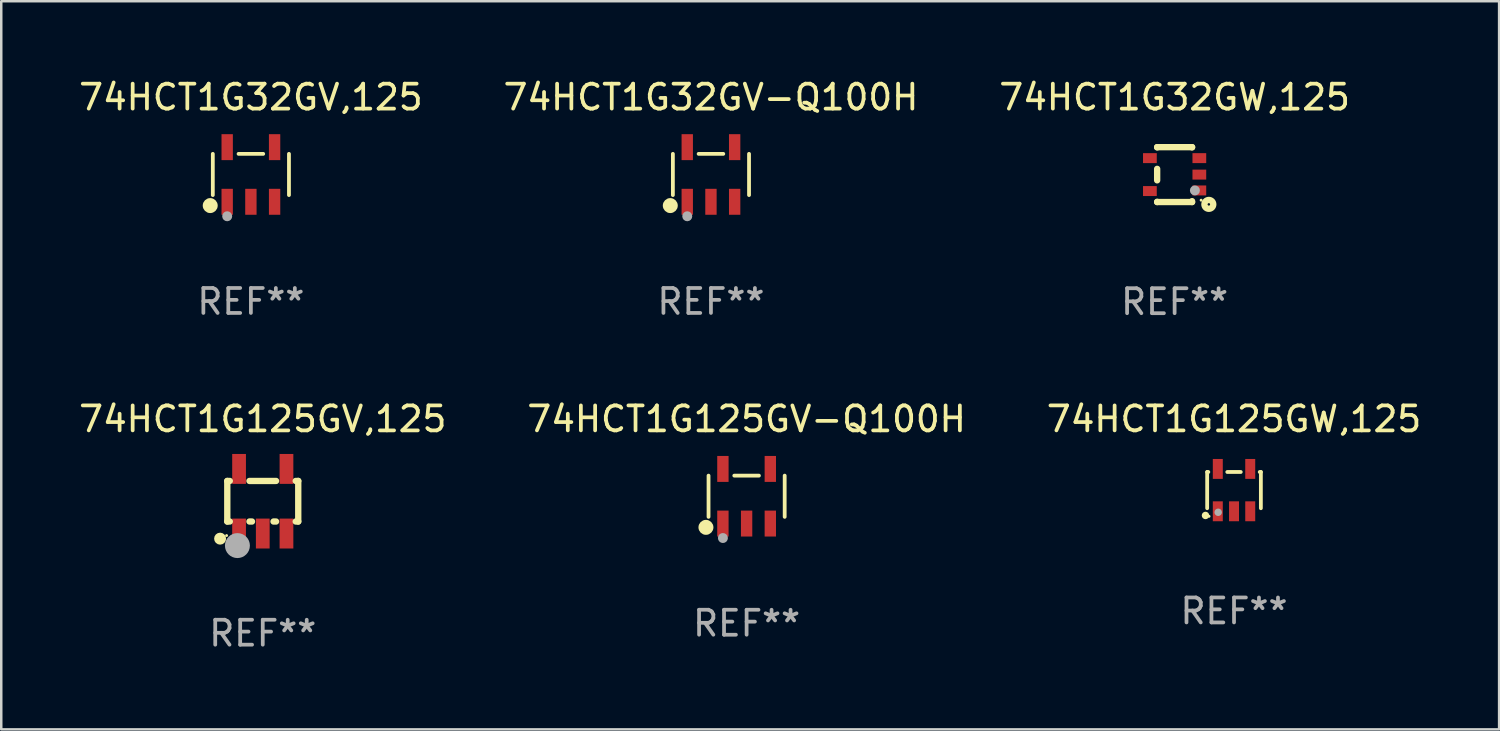
<source format=kicad_pcb>
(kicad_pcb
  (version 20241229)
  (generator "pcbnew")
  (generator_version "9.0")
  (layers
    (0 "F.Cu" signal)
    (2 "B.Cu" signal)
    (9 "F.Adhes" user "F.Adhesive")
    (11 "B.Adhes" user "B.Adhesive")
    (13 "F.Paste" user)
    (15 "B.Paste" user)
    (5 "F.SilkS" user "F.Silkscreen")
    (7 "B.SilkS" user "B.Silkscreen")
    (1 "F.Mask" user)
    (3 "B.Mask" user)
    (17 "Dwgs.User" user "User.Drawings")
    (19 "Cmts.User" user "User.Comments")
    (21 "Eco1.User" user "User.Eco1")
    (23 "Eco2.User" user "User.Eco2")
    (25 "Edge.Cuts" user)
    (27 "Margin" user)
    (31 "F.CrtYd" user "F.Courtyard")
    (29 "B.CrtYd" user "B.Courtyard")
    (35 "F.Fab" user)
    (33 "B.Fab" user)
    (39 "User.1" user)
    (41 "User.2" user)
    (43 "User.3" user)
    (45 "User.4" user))
  (footprint "74HCT1G125GW,125"
    (layer "F.Cu")
    (at 46.411 16.594)
    (property "Reference" "74HCT1G125GW,125" (at 0 -2.849 0) (layer "F.SilkS") (effects (font (size 1 1) (thickness 0.15))))
    (attr through_hole)
    (fp_line (start -1.076 -0.726) (end -1.03 -0.726) (stroke (width 0.152) (type solid)) (layer "F.SilkS"))
    (fp_line (start -1.076 0.726) (end -1.076 -0.726) (stroke (width 0.152) (type solid)) (layer "F.SilkS"))
    (fp_line (start -0.27 -0.726) (end 0.27 -0.726) (stroke (width 0.152) (type solid)) (layer "F.SilkS"))
    (fp_line (start 1.03 -0.726) (end 1.076 -0.726) (stroke (width 0.152) (type solid)) (layer "F.SilkS"))
    (fp_line (start 1.076 0.726) (end 1.076 -0.726) (stroke (width 0.152) (type solid)) (layer "F.SilkS"))
    (fp_circle (center -1.143 1.016) (end -1.068 1.016) (stroke (width 0.15) (type solid)) (fill no) (layer "F.SilkS"))
    (fp_circle (center -1 1.05) (end -0.97 1.05) (stroke (width 0.06) (type solid)) (fill no) (layer "F.SilkS"))
    (fp_circle (center -0.635 0.889) (end -0.56 0.889) (stroke (width 0.15) (type solid)) (fill no) (layer "F.Fab"))
    (fp_text user "REF**" (at 0 4.849 0) (layer "F.Fab") (effects (font (size 1 1) (thickness 0.15))))
    (pad "1" smd rect (at -0.65 0.849) (size 0.4 0.798) (layers "F.Cu" "F.Mask" "F.Paste"))
    (pad "2" smd rect (at 0 0.849) (size 0.4 0.798) (layers "F.Cu" "F.Mask" "F.Paste"))
    (pad "3" smd rect (at 0.65 0.849) (size 0.4 0.798) (layers "F.Cu" "F.Mask" "F.Paste"))
    (pad "4" smd rect (at 0.65 -0.849) (size 0.4 0.798) (layers "F.Cu" "F.Mask" "F.Paste"))
    (pad "5" smd rect (at -0.65 -0.849) (size 0.4 0.798) (layers "F.Cu" "F.Mask" "F.Paste")))
  (footprint "74HCT1G125GV,125"
    (layer "F.Cu")
    (at 7.482 17.04)
    (property "Reference" "74HCT1G125GV,125" (at 0 -3.295 0) (layer "F.SilkS") (effects (font (size 1 1) (thickness 0.15))))
    (attr through_hole)
    (fp_line (start -1.422 -0.813) (end -1.321 -0.813) (stroke (width 0.254) (type solid)) (layer "F.SilkS"))
    (fp_line (start -1.422 0.813) (end -1.422 -0.813) (stroke (width 0.254) (type solid)) (layer "F.SilkS"))
    (fp_line (start -1.321 0.813) (end -1.422 0.813) (stroke (width 0.254) (type solid)) (layer "F.SilkS"))
    (fp_line (start -0.533 -0.813) (end 0.533 -0.813) (stroke (width 0.254) (type solid)) (layer "F.SilkS"))
    (fp_line (start -0.432 0.813) (end -0.533 0.813) (stroke (width 0.254) (type solid)) (layer "F.SilkS"))
    (fp_line (start 0.533 0.813) (end 0.432 0.813) (stroke (width 0.254) (type solid)) (layer "F.SilkS"))
    (fp_line (start 1.321 -0.813) (end 1.422 -0.813) (stroke (width 0.254) (type solid)) (layer "F.SilkS"))
    (fp_line (start 1.422 -0.813) (end 1.422 0.813) (stroke (width 0.254) (type solid)) (layer "F.SilkS"))
    (fp_line (start 1.422 0.813) (end 1.321 0.813) (stroke (width 0.254) (type solid)) (layer "F.SilkS"))
    (fp_circle (center -1.71 1.5) (end -1.59 1.5) (stroke (width 0.24) (type solid)) (fill no) (layer "F.SilkS"))
    (fp_circle (center -1.45 1.375) (end -1.42 1.375) (stroke (width 0.06) (type solid)) (fill no) (layer "F.SilkS"))
    (fp_circle (center -1.016 1.778) (end -0.766 1.778) (stroke (width 0.5) (type solid)) (fill no) (layer "F.Fab"))
    (fp_text user "REF**" (at 0 5.295 0) (layer "F.Fab") (effects (font (size 1 1) (thickness 0.15))))
    (pad "1" smd rect (at -0.95 1.295) (size 0.551 1.199) (layers "F.Cu" "F.Mask" "F.Paste"))
    (pad "2" smd rect (at 0 1.295) (size 0.551 1.199) (layers "F.Cu" "F.Mask" "F.Paste"))
    (pad "3" smd rect (at 0.95 1.295) (size 0.551 1.199) (layers "F.Cu" "F.Mask" "F.Paste"))
    (pad "4" smd rect (at 0.95 -1.295) (size 0.551 1.199) (layers "F.Cu" "F.Mask" "F.Paste"))
    (pad "5" smd rect (at -0.95 -1.295) (size 0.551 1.199) (layers "F.Cu" "F.Mask" "F.Paste")))
  (footprint "74HCT1G125GV-Q100H"
    (layer "F.Cu")
    (at 26.875 16.84)
    (property "Reference" "74HCT1G125GV-Q100H" (at 0 -3.095 0) (layer "F.SilkS") (effects (font (size 1 1) (thickness 0.15))))
    (attr through_hole)
    (fp_line (start -1.526 0.826) (end -1.526 -0.826) (stroke (width 0.152) (type solid)) (layer "F.SilkS"))
    (fp_line (start 0.494 -0.826) (end -0.494 -0.826) (stroke (width 0.152) (type solid)) (layer "F.SilkS"))
    (fp_line (start 1.526 0.826) (end 1.526 -0.826) (stroke (width 0.152) (type solid)) (layer "F.SilkS"))
    (fp_circle (center -1.63 1.247) (end -1.48 1.247) (stroke (width 0.3) (type solid)) (fill no) (layer "F.SilkS"))
    (fp_circle (center -1.45 1.375) (end -1.42 1.375) (stroke (width 0.06) (type solid)) (fill no) (layer "F.SilkS"))
    (fp_circle (center -0.95 1.675) (end -0.85 1.675) (stroke (width 0.2) (type solid)) (fill no) (layer "F.Fab"))
    (fp_text user "REF**" (at 0 5.095 0) (layer "F.Fab") (effects (font (size 1 1) (thickness 0.15))))
    (pad "1" smd rect (at -0.95 1.095) (size 0.455 1.04) (layers "F.Cu" "F.Mask" "F.Paste"))
    (pad "2" smd rect (at 0 1.095) (size 0.455 1.04) (layers "F.Cu" "F.Mask" "F.Paste"))
    (pad "3" smd rect (at 0.95 1.095) (size 0.455 1.04) (layers "F.Cu" "F.Mask" "F.Paste"))
    (pad "4" smd rect (at 0.95 -1.095) (size 0.455 1.04) (layers "F.Cu" "F.Mask" "F.Paste"))
    (pad "5" smd rect (at -0.95 -1.095) (size 0.455 1.04) (layers "F.Cu" "F.Mask" "F.Paste")))
  (footprint "74HCT1G32GV,125"
    (layer "F.Cu")
    (at 7.006 3.943)
    (property "Reference" "74HCT1G32GV,125" (at 0 -3.095 0) (layer "F.SilkS") (effects (font (size 1 1) (thickness 0.15))))
    (attr through_hole)
    (fp_line (start -1.526 0.826) (end -1.526 -0.826) (stroke (width 0.152) (type solid)) (layer "F.SilkS"))
    (fp_line (start 0.494 -0.826) (end -0.494 -0.826) (stroke (width 0.152) (type solid)) (layer "F.SilkS"))
    (fp_line (start 1.526 0.826) (end 1.526 -0.826) (stroke (width 0.152) (type solid)) (layer "F.SilkS"))
    (fp_circle (center -1.63 1.247) (end -1.48 1.247) (stroke (width 0.3) (type solid)) (fill no) (layer "F.SilkS"))
    (fp_circle (center -1.45 1.375) (end -1.42 1.375) (stroke (width 0.06) (type solid)) (fill no) (layer "F.SilkS"))
    (fp_circle (center -0.95 1.675) (end -0.85 1.675) (stroke (width 0.2) (type solid)) (fill no) (layer "F.Fab"))
    (fp_text user "REF**" (at 0 5.095 0) (layer "F.Fab") (effects (font (size 1 1) (thickness 0.15))))
    (pad "1" smd rect (at -0.95 1.095) (size 0.455 1.04) (layers "F.Cu" "F.Mask" "F.Paste"))
    (pad "2" smd rect (at 0 1.095) (size 0.455 1.04) (layers "F.Cu" "F.Mask" "F.Paste"))
    (pad "3" smd rect (at 0.95 1.095) (size 0.455 1.04) (layers "F.Cu" "F.Mask" "F.Paste"))
    (pad "4" smd rect (at 0.95 -1.095) (size 0.455 1.04) (layers "F.Cu" "F.Mask" "F.Paste"))
    (pad "5" smd rect (at -0.95 -1.095) (size 0.455 1.04) (layers "F.Cu" "F.Mask" "F.Paste")))
  (footprint "74HCT1G32GV-Q100H"
    (layer "F.Cu")
    (at 25.446 3.943)
    (property "Reference" "74HCT1G32GV-Q100H" (at 0 -3.095 0) (layer "F.SilkS") (effects (font (size 1 1) (thickness 0.15))))
    (attr through_hole)
    (fp_line (start -1.526 0.826) (end -1.526 -0.826) (stroke (width 0.152) (type solid)) (layer "F.SilkS"))
    (fp_line (start 0.494 -0.826) (end -0.494 -0.826) (stroke (width 0.152) (type solid)) (layer "F.SilkS"))
    (fp_line (start 1.526 0.826) (end 1.526 -0.826) (stroke (width 0.152) (type solid)) (layer "F.SilkS"))
    (fp_circle (center -1.63 1.247) (end -1.48 1.247) (stroke (width 0.3) (type solid)) (fill no) (layer "F.SilkS"))
    (fp_circle (center -1.45 1.375) (end -1.42 1.375) (stroke (width 0.06) (type solid)) (fill no) (layer "F.SilkS"))
    (fp_circle (center -0.95 1.675) (end -0.85 1.675) (stroke (width 0.2) (type solid)) (fill no) (layer "F.Fab"))
    (fp_text user "REF**" (at 0 5.095 0) (layer "F.Fab") (effects (font (size 1 1) (thickness 0.15))))
    (pad "1" smd rect (at -0.95 1.095) (size 0.455 1.04) (layers "F.Cu" "F.Mask" "F.Paste"))
    (pad "2" smd rect (at 0 1.095) (size 0.455 1.04) (layers "F.Cu" "F.Mask" "F.Paste"))
    (pad "3" smd rect (at 0.95 1.095) (size 0.455 1.04) (layers "F.Cu" "F.Mask" "F.Paste"))
    (pad "4" smd rect (at 0.95 -1.095) (size 0.455 1.04) (layers "F.Cu" "F.Mask" "F.Paste"))
    (pad "5" smd rect (at -0.95 -1.095) (size 0.455 1.04) (layers "F.Cu" "F.Mask" "F.Paste")))
  (footprint "74HCT1G32GW,125"
    (layer "F.Cu")
    (at 44.03 3.948)
    (property "Reference" "74HCT1G32GW,125" (at 0 -3.1 0) (layer "F.SilkS") (effects (font (size 1 1) (thickness 0.15))))
    (attr through_hole)
    (fp_line (start -0.7 -1.1) (end 0.7 -1.1) (stroke (width 0.254) (type solid)) (layer "F.SilkS"))
    (fp_line (start -0.7 -1.09) (end -0.7 -1.1) (stroke (width 0.254) (type solid)) (layer "F.SilkS"))
    (fp_line (start -0.7 0.23) (end -0.7 -0.23) (stroke (width 0.254) (type solid)) (layer "F.SilkS"))
    (fp_line (start -0.7 1.1) (end -0.7 1.09) (stroke (width 0.254) (type solid)) (layer "F.SilkS"))
    (fp_line (start -0.7 1.1) (end 0.7 1.1) (stroke (width 0.254) (type solid)) (layer "F.SilkS"))
    (fp_line (start 0.7 -1.09) (end 0.7 -1.1) (stroke (width 0.254) (type solid)) (layer "F.SilkS"))
    (fp_line (start 0.7 1.1) (end 0.7 1.065) (stroke (width 0.254) (type solid)) (layer "F.SilkS"))
    (fp_circle (center 1.062 1.025) (end 1.092 1.025) (stroke (width 0.06) (type solid)) (fill no) (layer "F.SilkS"))
    (fp_circle (center 1.372 1.194) (end 1.422 1.194) (stroke (width 0.254) (type solid)) (fill no) (layer "F.SilkS"))
    (fp_circle (center 0.813 0.635) (end 0.913 0.635) (stroke (width 0.2) (type solid)) (fill no) (layer "F.Fab"))
    (fp_text user "REF**" (at 0 5.1 0) (layer "F.Fab") (effects (font (size 1 1) (thickness 0.15))))
    (pad "1" smd rect (at 0.991 0.635 270) (size 0.399 0.551) (layers "F.Cu" "F.Mask" "F.Paste"))
    (pad "2" smd rect (at 0.991 0.000051 270) (size 0.399 0.551) (layers "F.Cu" "F.Mask" "F.Paste"))
    (pad "3" smd rect (at 0.991 -0.66 270) (size 0.399 0.551) (layers "F.Cu" "F.Mask" "F.Paste"))
    (pad "4" smd rect (at -0.991 -0.66 270) (size 0.399 0.551) (layers "F.Cu" "F.Mask" "F.Paste"))
    (pad "5" smd rect (at -0.991 0.66 270) (size 0.399 0.551) (layers "F.Cu" "F.Mask" "F.Paste")))
  (gr_rect
    (start -3 -3)
    (end 57.036 26.184)
    (stroke (width 0.1) (type default))
    (fill no)
    (layer "Edge.Cuts")))
</source>
